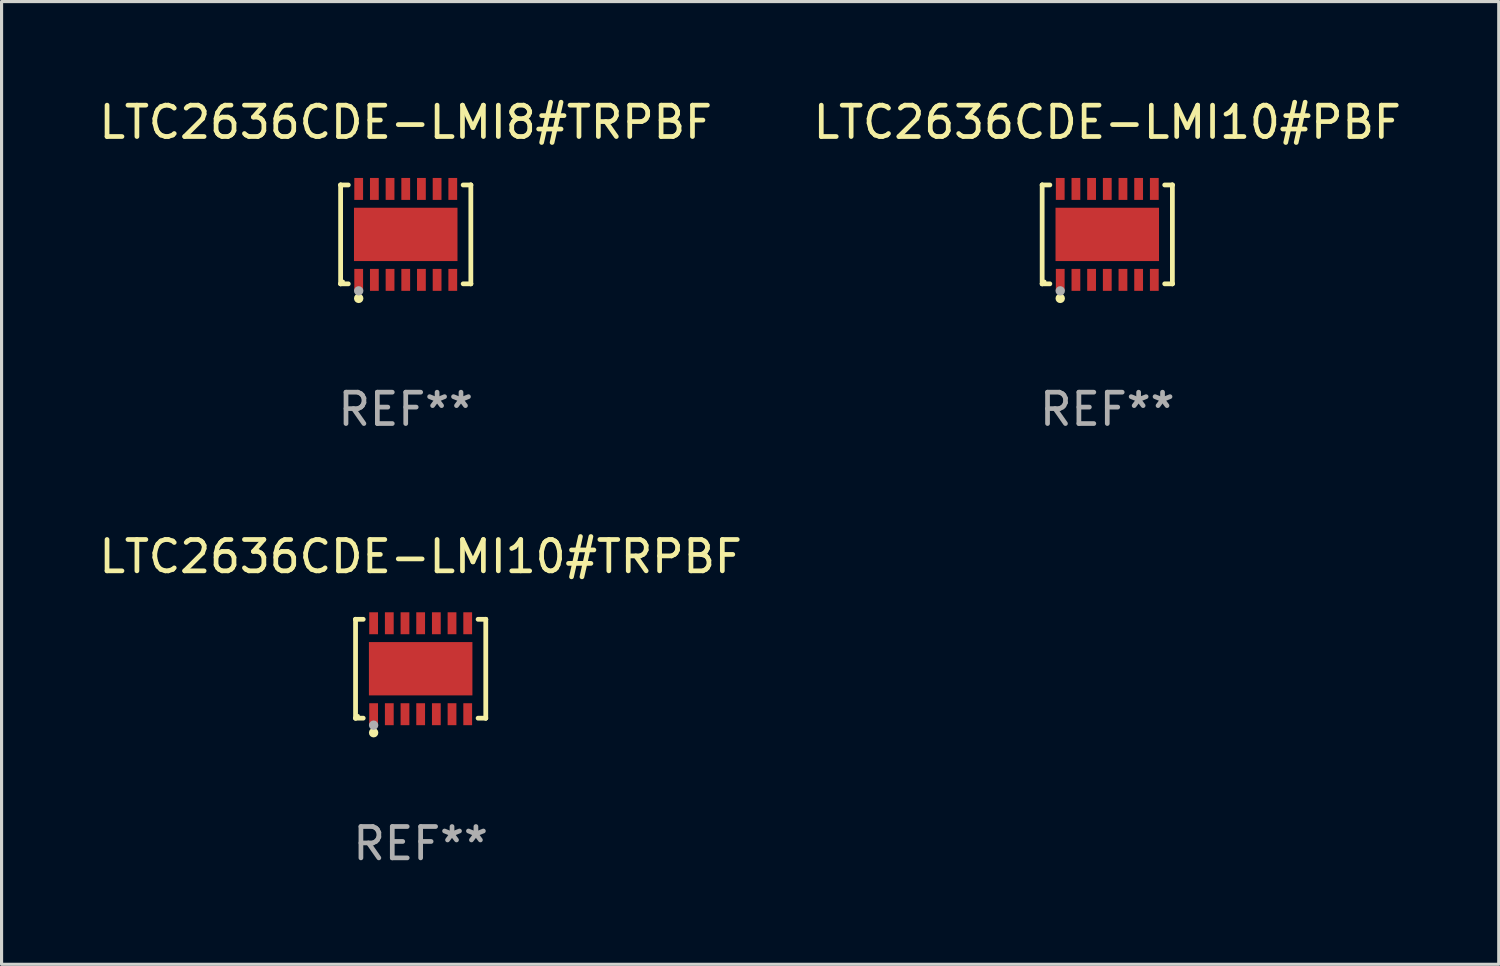
<source format=kicad_pcb>
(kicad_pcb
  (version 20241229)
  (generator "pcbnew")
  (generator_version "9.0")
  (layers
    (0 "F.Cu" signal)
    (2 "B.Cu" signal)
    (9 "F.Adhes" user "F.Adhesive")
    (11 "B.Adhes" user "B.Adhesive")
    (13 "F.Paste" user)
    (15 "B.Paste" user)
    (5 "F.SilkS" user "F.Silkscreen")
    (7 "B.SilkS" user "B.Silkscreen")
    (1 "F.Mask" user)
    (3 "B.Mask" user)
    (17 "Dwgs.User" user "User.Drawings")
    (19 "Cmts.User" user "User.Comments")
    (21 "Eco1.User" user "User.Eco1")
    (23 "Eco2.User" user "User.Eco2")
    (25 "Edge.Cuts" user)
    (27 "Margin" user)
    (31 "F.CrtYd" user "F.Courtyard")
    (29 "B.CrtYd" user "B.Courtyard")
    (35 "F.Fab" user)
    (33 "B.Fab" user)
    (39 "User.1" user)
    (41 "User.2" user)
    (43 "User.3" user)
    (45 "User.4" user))
  (footprint "LTC2636CDE-LMI10#PBF"
    (layer "F.Cu")
    (at 32.256 4.424)
    (property "Reference" "LTC2636CDE-LMI10#PBF" (at 0 -3.576 0) (layer "F.SilkS") (effects (font (size 1 1) (thickness 0.15))))
    (attr through_hole)
    (fp_line (start -2.076 -1.576) (end -2.076 -1.576) (stroke (width 0.152) (type solid)) (layer "F.SilkS"))
    (fp_line (start -2.076 -1.576) (end -1.831 -1.576) (stroke (width 0.152) (type solid)) (layer "F.SilkS"))
    (fp_line (start -2.076 1.576) (end -2.076 -1.576) (stroke (width 0.152) (type solid)) (layer "F.SilkS"))
    (fp_line (start -2.076 1.576) (end -2.076 1.576) (stroke (width 0.152) (type solid)) (layer "F.SilkS"))
    (fp_line (start -1.831 1.576) (end -2.076 1.576) (stroke (width 0.152) (type solid)) (layer "F.SilkS"))
    (fp_line (start 1.831 1.576) (end 2.076 1.576) (stroke (width 0.152) (type solid)) (layer "F.SilkS"))
    (fp_line (start 2.076 -1.576) (end 1.831 -1.576) (stroke (width 0.152) (type solid)) (layer "F.SilkS"))
    (fp_line (start 2.076 -1.576) (end 2.076 -1.576) (stroke (width 0.152) (type solid)) (layer "F.SilkS"))
    (fp_line (start 2.076 1.576) (end 2.076 -1.576) (stroke (width 0.152) (type solid)) (layer "F.SilkS"))
    (fp_line (start 2.076 1.576) (end 2.076 1.576) (stroke (width 0.152) (type solid)) (layer "F.SilkS"))
    (fp_circle (center -2 1.5) (end -1.97 1.5) (stroke (width 0.06) (type solid)) (fill no) (layer "F.SilkS"))
    (fp_circle (center -1.5 2.04) (end -1.425 2.04) (stroke (width 0.15) (type solid)) (fill no) (layer "F.SilkS"))
    (fp_circle (center -1.5 1.8) (end -1.425 1.8) (stroke (width 0.15) (type solid)) (fill no) (layer "F.Fab"))
    (fp_text user "REF**" (at 0 5.576 0) (layer "F.Fab") (effects (font (size 1 1) (thickness 0.15))))
    (pad "1" smd rect (at -1.5 1.45) (size 0.28 0.7) (layers "F.Cu" "F.Mask" "F.Paste"))
    (pad "2" smd rect (at -1 1.45) (size 0.28 0.7) (layers "F.Cu" "F.Mask" "F.Paste"))
    (pad "3" smd rect (at -0.5 1.45) (size 0.28 0.7) (layers "F.Cu" "F.Mask" "F.Paste"))
    (pad "4" smd rect (at 0 1.45) (size 0.28 0.7) (layers "F.Cu" "F.Mask" "F.Paste"))
    (pad "5" smd rect (at 0.5 1.45) (size 0.28 0.7) (layers "F.Cu" "F.Mask" "F.Paste"))
    (pad "6" smd rect (at 1 1.45) (size 0.28 0.7) (layers "F.Cu" "F.Mask" "F.Paste"))
    (pad "7" smd rect (at 1.5 1.45) (size 0.28 0.7) (layers "F.Cu" "F.Mask" "F.Paste"))
    (pad "8" smd rect (at 1.5 -1.45) (size 0.28 0.7) (layers "F.Cu" "F.Mask" "F.Paste"))
    (pad "9" smd rect (at 1 -1.45) (size 0.28 0.7) (layers "F.Cu" "F.Mask" "F.Paste"))
    (pad "10" smd rect (at 0.5 -1.45) (size 0.28 0.7) (layers "F.Cu" "F.Mask" "F.Paste"))
    (pad "11" smd rect (at 0 -1.45) (size 0.28 0.7) (layers "F.Cu" "F.Mask" "F.Paste"))
    (pad "12" smd rect (at -0.5 -1.45) (size 0.28 0.7) (layers "F.Cu" "F.Mask" "F.Paste"))
    (pad "13" smd rect (at -1 -1.45) (size 0.28 0.7) (layers "F.Cu" "F.Mask" "F.Paste"))
    (pad "14" smd rect (at -1.5 -1.45) (size 0.28 0.7) (layers "F.Cu" "F.Mask" "F.Paste"))
    (pad "15" smd rect (at 0 0) (size 3.3 1.7) (layers "F.Cu" "F.Mask" "F.Paste")))
  (footprint "LTC2636CDE-LMI8#TRPBF"
    (layer "F.Cu")
    (at 9.887 4.424)
    (property "Reference" "LTC2636CDE-LMI8#TRPBF" (at 0 -3.576 0) (layer "F.SilkS") (effects (font (size 1 1) (thickness 0.15))))
    (attr through_hole)
    (fp_line (start -2.076 -1.576) (end -2.076 -1.576) (stroke (width 0.152) (type solid)) (layer "F.SilkS"))
    (fp_line (start -2.076 -1.576) (end -1.831 -1.576) (stroke (width 0.152) (type solid)) (layer "F.SilkS"))
    (fp_line (start -2.076 1.576) (end -2.076 -1.576) (stroke (width 0.152) (type solid)) (layer "F.SilkS"))
    (fp_line (start -2.076 1.576) (end -2.076 1.576) (stroke (width 0.152) (type solid)) (layer "F.SilkS"))
    (fp_line (start -1.831 1.576) (end -2.076 1.576) (stroke (width 0.152) (type solid)) (layer "F.SilkS"))
    (fp_line (start 1.831 1.576) (end 2.076 1.576) (stroke (width 0.152) (type solid)) (layer "F.SilkS"))
    (fp_line (start 2.076 -1.576) (end 1.831 -1.576) (stroke (width 0.152) (type solid)) (layer "F.SilkS"))
    (fp_line (start 2.076 -1.576) (end 2.076 -1.576) (stroke (width 0.152) (type solid)) (layer "F.SilkS"))
    (fp_line (start 2.076 1.576) (end 2.076 -1.576) (stroke (width 0.152) (type solid)) (layer "F.SilkS"))
    (fp_line (start 2.076 1.576) (end 2.076 1.576) (stroke (width 0.152) (type solid)) (layer "F.SilkS"))
    (fp_circle (center -2 1.5) (end -1.97 1.5) (stroke (width 0.06) (type solid)) (fill no) (layer "F.SilkS"))
    (fp_circle (center -1.5 2.04) (end -1.425 2.04) (stroke (width 0.15) (type solid)) (fill no) (layer "F.SilkS"))
    (fp_circle (center -1.5 1.8) (end -1.425 1.8) (stroke (width 0.15) (type solid)) (fill no) (layer "F.Fab"))
    (fp_text user "REF**" (at 0 5.576 0) (layer "F.Fab") (effects (font (size 1 1) (thickness 0.15))))
    (pad "1" smd rect (at -1.5 1.45) (size 0.28 0.7) (layers "F.Cu" "F.Mask" "F.Paste"))
    (pad "2" smd rect (at -1 1.45) (size 0.28 0.7) (layers "F.Cu" "F.Mask" "F.Paste"))
    (pad "3" smd rect (at -0.5 1.45) (size 0.28 0.7) (layers "F.Cu" "F.Mask" "F.Paste"))
    (pad "4" smd rect (at 0 1.45) (size 0.28 0.7) (layers "F.Cu" "F.Mask" "F.Paste"))
    (pad "5" smd rect (at 0.5 1.45) (size 0.28 0.7) (layers "F.Cu" "F.Mask" "F.Paste"))
    (pad "6" smd rect (at 1 1.45) (size 0.28 0.7) (layers "F.Cu" "F.Mask" "F.Paste"))
    (pad "7" smd rect (at 1.5 1.45) (size 0.28 0.7) (layers "F.Cu" "F.Mask" "F.Paste"))
    (pad "8" smd rect (at 1.5 -1.45) (size 0.28 0.7) (layers "F.Cu" "F.Mask" "F.Paste"))
    (pad "9" smd rect (at 1 -1.45) (size 0.28 0.7) (layers "F.Cu" "F.Mask" "F.Paste"))
    (pad "10" smd rect (at 0.5 -1.45) (size 0.28 0.7) (layers "F.Cu" "F.Mask" "F.Paste"))
    (pad "11" smd rect (at 0 -1.45) (size 0.28 0.7) (layers "F.Cu" "F.Mask" "F.Paste"))
    (pad "12" smd rect (at -0.5 -1.45) (size 0.28 0.7) (layers "F.Cu" "F.Mask" "F.Paste"))
    (pad "13" smd rect (at -1 -1.45) (size 0.28 0.7) (layers "F.Cu" "F.Mask" "F.Paste"))
    (pad "14" smd rect (at -1.5 -1.45) (size 0.28 0.7) (layers "F.Cu" "F.Mask" "F.Paste"))
    (pad "15" smd rect (at 0 0) (size 3.3 1.7) (layers "F.Cu" "F.Mask" "F.Paste")))
  (footprint "LTC2636CDE-LMI10#TRPBF"
    (layer "F.Cu")
    (at 10.363 18.273)
    (property "Reference" "LTC2636CDE-LMI10#TRPBF" (at 0 -3.576 0) (layer "F.SilkS") (effects (font (size 1 1) (thickness 0.15))))
    (attr through_hole)
    (fp_line (start -2.076 -1.576) (end -2.076 -1.576) (stroke (width 0.152) (type solid)) (layer "F.SilkS"))
    (fp_line (start -2.076 -1.576) (end -1.831 -1.576) (stroke (width 0.152) (type solid)) (layer "F.SilkS"))
    (fp_line (start -2.076 1.576) (end -2.076 -1.576) (stroke (width 0.152) (type solid)) (layer "F.SilkS"))
    (fp_line (start -2.076 1.576) (end -2.076 1.576) (stroke (width 0.152) (type solid)) (layer "F.SilkS"))
    (fp_line (start -1.831 1.576) (end -2.076 1.576) (stroke (width 0.152) (type solid)) (layer "F.SilkS"))
    (fp_line (start 1.831 1.576) (end 2.076 1.576) (stroke (width 0.152) (type solid)) (layer "F.SilkS"))
    (fp_line (start 2.076 -1.576) (end 1.831 -1.576) (stroke (width 0.152) (type solid)) (layer "F.SilkS"))
    (fp_line (start 2.076 -1.576) (end 2.076 -1.576) (stroke (width 0.152) (type solid)) (layer "F.SilkS"))
    (fp_line (start 2.076 1.576) (end 2.076 -1.576) (stroke (width 0.152) (type solid)) (layer "F.SilkS"))
    (fp_line (start 2.076 1.576) (end 2.076 1.576) (stroke (width 0.152) (type solid)) (layer "F.SilkS"))
    (fp_circle (center -2 1.5) (end -1.97 1.5) (stroke (width 0.06) (type solid)) (fill no) (layer "F.SilkS"))
    (fp_circle (center -1.5 2.04) (end -1.425 2.04) (stroke (width 0.15) (type solid)) (fill no) (layer "F.SilkS"))
    (fp_circle (center -1.5 1.8) (end -1.425 1.8) (stroke (width 0.15) (type solid)) (fill no) (layer "F.Fab"))
    (fp_text user "REF**" (at 0 5.576 0) (layer "F.Fab") (effects (font (size 1 1) (thickness 0.15))))
    (pad "1" smd rect (at -1.5 1.45) (size 0.28 0.7) (layers "F.Cu" "F.Mask" "F.Paste"))
    (pad "2" smd rect (at -1 1.45) (size 0.28 0.7) (layers "F.Cu" "F.Mask" "F.Paste"))
    (pad "3" smd rect (at -0.5 1.45) (size 0.28 0.7) (layers "F.Cu" "F.Mask" "F.Paste"))
    (pad "4" smd rect (at 0 1.45) (size 0.28 0.7) (layers "F.Cu" "F.Mask" "F.Paste"))
    (pad "5" smd rect (at 0.5 1.45) (size 0.28 0.7) (layers "F.Cu" "F.Mask" "F.Paste"))
    (pad "6" smd rect (at 1 1.45) (size 0.28 0.7) (layers "F.Cu" "F.Mask" "F.Paste"))
    (pad "7" smd rect (at 1.5 1.45) (size 0.28 0.7) (layers "F.Cu" "F.Mask" "F.Paste"))
    (pad "8" smd rect (at 1.5 -1.45) (size 0.28 0.7) (layers "F.Cu" "F.Mask" "F.Paste"))
    (pad "9" smd rect (at 1 -1.45) (size 0.28 0.7) (layers "F.Cu" "F.Mask" "F.Paste"))
    (pad "10" smd rect (at 0.5 -1.45) (size 0.28 0.7) (layers "F.Cu" "F.Mask" "F.Paste"))
    (pad "11" smd rect (at 0 -1.45) (size 0.28 0.7) (layers "F.Cu" "F.Mask" "F.Paste"))
    (pad "12" smd rect (at -0.5 -1.45) (size 0.28 0.7) (layers "F.Cu" "F.Mask" "F.Paste"))
    (pad "13" smd rect (at -1 -1.45) (size 0.28 0.7) (layers "F.Cu" "F.Mask" "F.Paste"))
    (pad "14" smd rect (at -1.5 -1.45) (size 0.28 0.7) (layers "F.Cu" "F.Mask" "F.Paste"))
    (pad "15" smd rect (at 0 0) (size 3.3 1.7) (layers "F.Cu" "F.Mask" "F.Paste")))
  (gr_rect
    (start -3 -3)
    (end 44.738 27.698)
    (stroke (width 0.1) (type default))
    (fill no)
    (layer "Edge.Cuts")))
</source>
